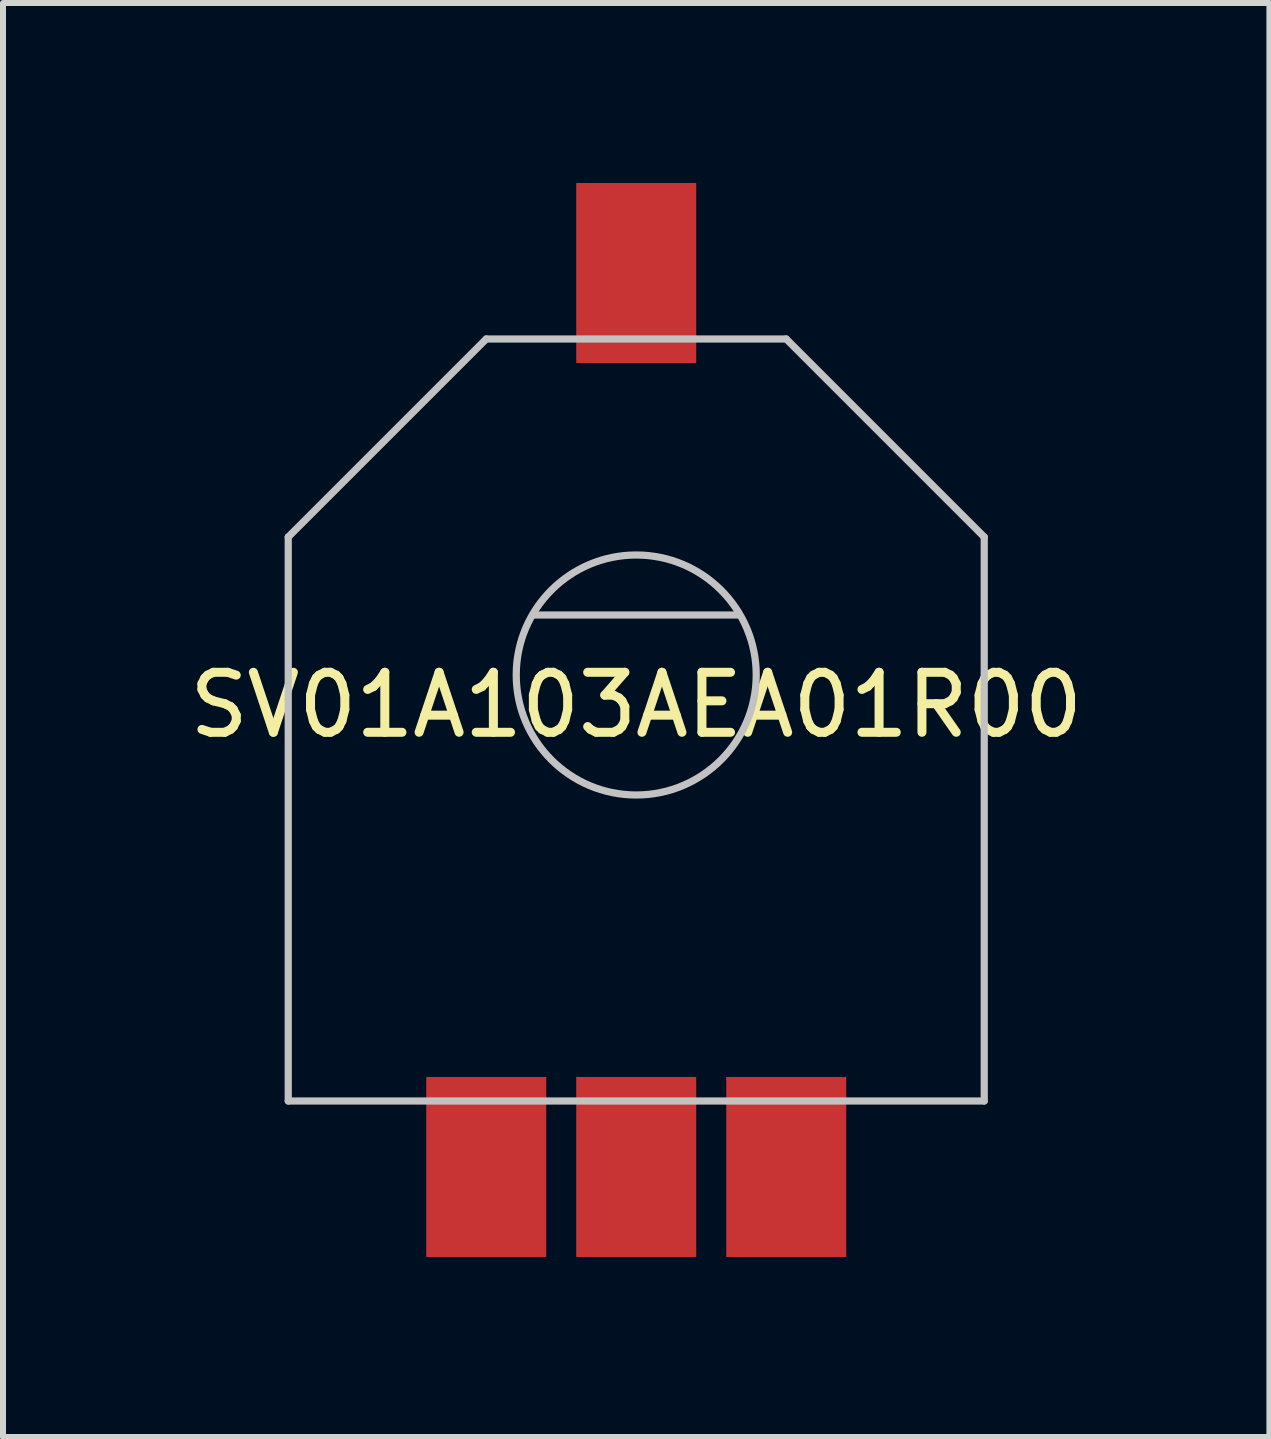
<source format=kicad_pcb>
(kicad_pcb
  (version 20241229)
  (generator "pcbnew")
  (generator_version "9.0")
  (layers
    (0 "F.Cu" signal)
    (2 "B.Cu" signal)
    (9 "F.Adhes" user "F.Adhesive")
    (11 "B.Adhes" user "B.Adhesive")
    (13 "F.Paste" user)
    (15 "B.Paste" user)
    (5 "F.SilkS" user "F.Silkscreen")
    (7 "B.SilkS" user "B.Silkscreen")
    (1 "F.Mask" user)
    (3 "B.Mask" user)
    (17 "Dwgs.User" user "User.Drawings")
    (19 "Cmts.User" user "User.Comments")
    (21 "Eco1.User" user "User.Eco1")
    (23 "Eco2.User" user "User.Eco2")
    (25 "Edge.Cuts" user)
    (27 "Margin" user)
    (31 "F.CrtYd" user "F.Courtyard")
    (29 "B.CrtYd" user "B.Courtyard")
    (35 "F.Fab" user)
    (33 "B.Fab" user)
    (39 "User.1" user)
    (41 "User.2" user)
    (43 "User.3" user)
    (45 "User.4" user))
  (footprint "SV01A103AEA01R00"
    (layer "F.Cu")
    (at 7.554 8.2)
    (property "Reference" "SV01A103AEA01R00" (at 0 0.5 0) (layer "F.SilkS") (effects (font (size 1 1) (thickness 0.15))))
    (attr through_hole)
    (fp_line (start -5.8 -2.3) (end -2.5 -5.6) (stroke (width 0.12) (type solid)) (layer "Dwgs.User"))
    (fp_line (start -5.8 7.1) (end -5.8 -2.3) (stroke (width 0.12) (type solid)) (layer "Dwgs.User"))
    (fp_line (start -2.5 -5.6) (end 2.5 -5.6) (stroke (width 0.12) (type solid)) (layer "Dwgs.User"))
    (fp_line (start -1.7 -1) (end 1.7 -1) (stroke (width 0.12) (type solid)) (layer "Dwgs.User"))
    (fp_line (start 2.5 -5.6) (end 5.8 -2.3) (stroke (width 0.12) (type solid)) (layer "Dwgs.User"))
    (fp_line (start 5.8 -2.3) (end 5.8 7.1) (stroke (width 0.12) (type solid)) (layer "Dwgs.User"))
    (fp_line (start 5.8 7.1) (end -5.8 7.1) (stroke (width 0.12) (type solid)) (layer "Dwgs.User"))
    (fp_circle (center 0 0) (end 2 0) (stroke (width 0.12) (type solid)) (fill no) (layer "Dwgs.User"))
    (pad "1" smd rect (at -2.5 8.2) (size 2 3) (layers "F.Cu" "F.Mask" "F.Paste"))
    (pad "2" smd rect (at 0 -6.7) (size 2 3) (layers "F.Cu" "F.Mask" "F.Paste"))
    (pad "2" smd rect (at 0 8.2) (size 2 3) (layers "F.Cu" "F.Mask" "F.Paste"))
    (pad "3" smd rect (at 2.5 8.2) (size 2 3) (layers "F.Cu" "F.Mask" "F.Paste")))
  (gr_rect
    (start -3 -3)
    (end 18.107 20.9)
    (stroke (width 0.1) (type default))
    (fill no)
    (layer "Edge.Cuts")))
</source>
